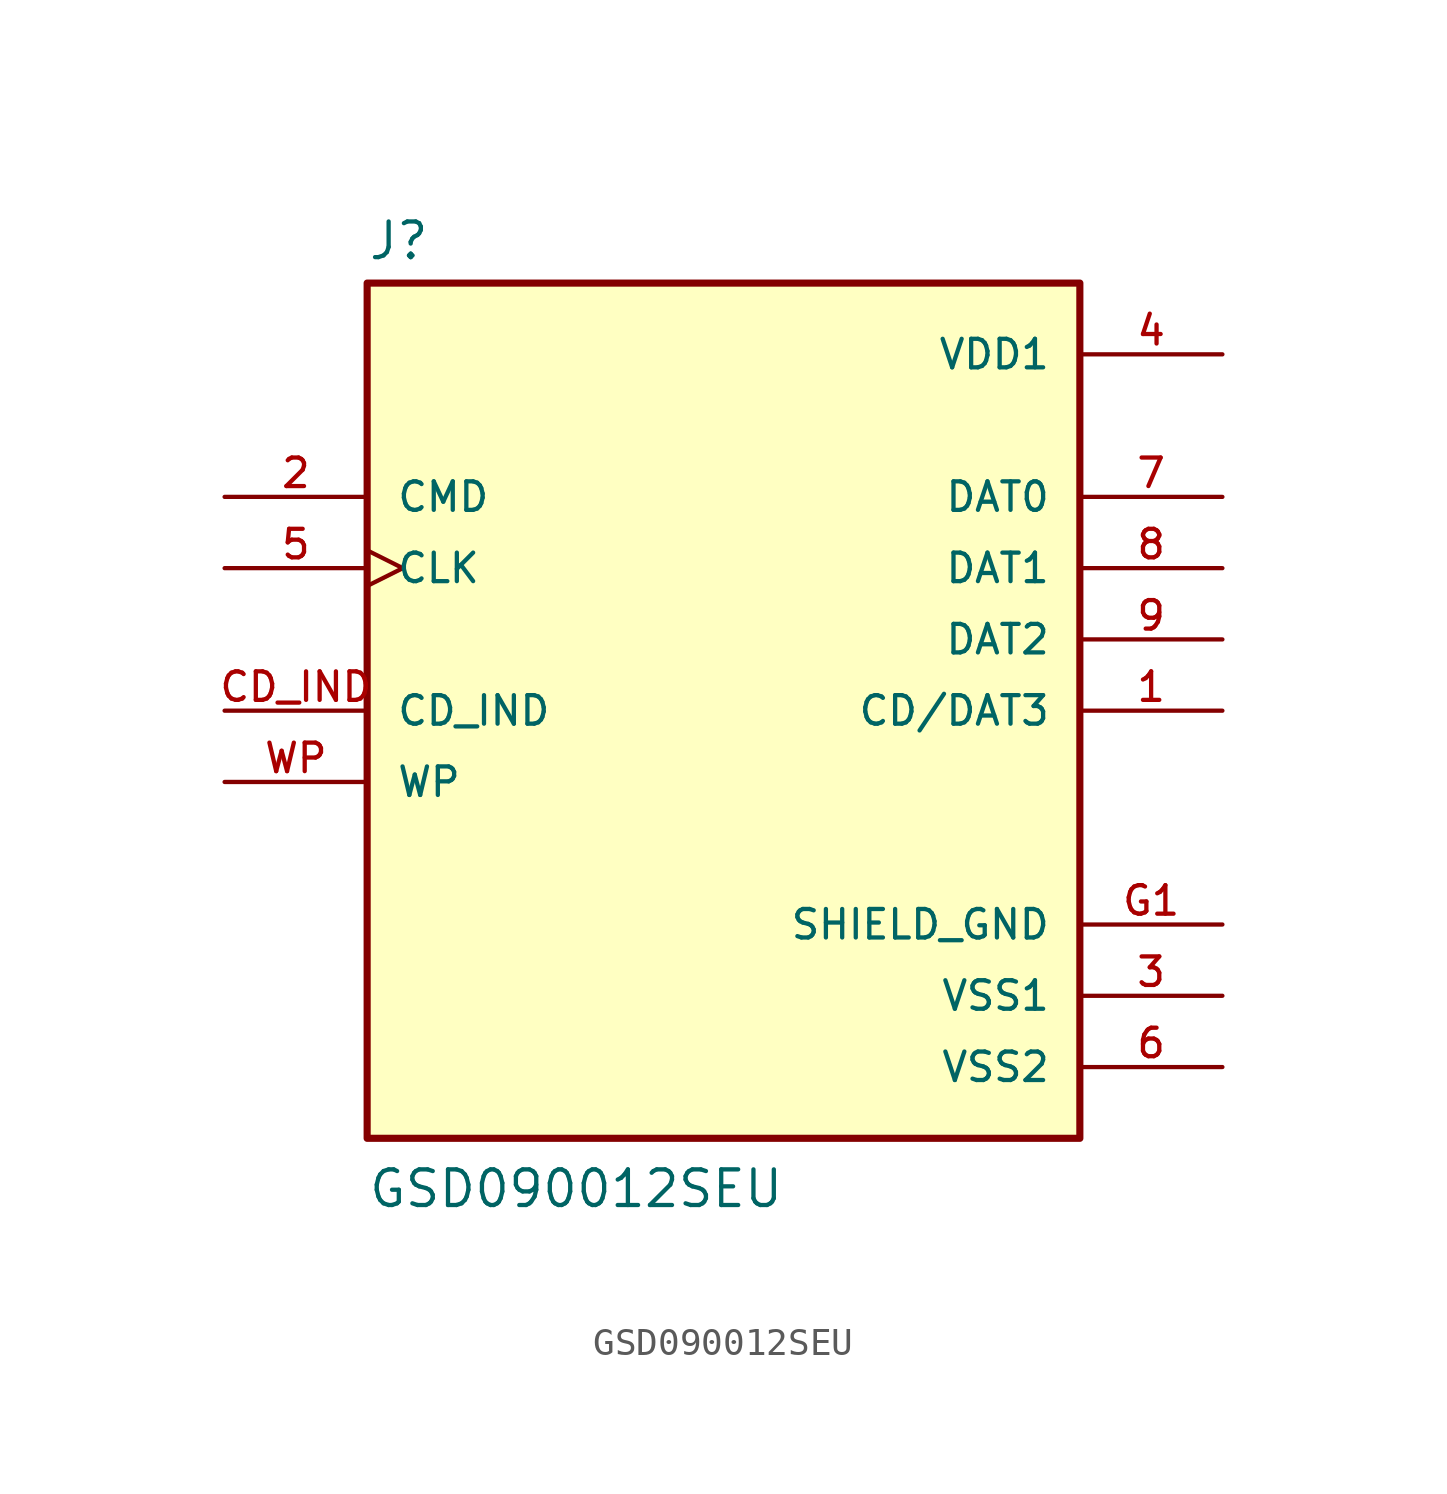
<source format=kicad_sym>
(kicad_symbol_lib
  (version 20211014)
  (generator kicad_symbol_editor)
  (symbol "GSD090012SEU"
    (pin_names
      (offset 1.016))
    (property "Reference" "J"
      (at -12.7 16.002 0)
      (effects (font (size 1.27 1.27)) (justify bottom left)))
    (property "Value" "GSD090012SEU"
      (at -12.7 -17.78 0)
      (effects (font (size 1.27 1.27)) (justify bottom left)))
    (symbol "GSD090012SEU_0_0"
      (rectangle (start -12.7 -15.24) (end 12.7 15.24) (stroke (width 0.254)) (fill (type background)))
      (pin bidirectional line (at 17.78 0.0 180.0) (length 5.08) (name "CD/DAT3" (effects (font (size 1.016 1.016)))) (number "1" (effects (font (size 1.016 1.016)))))
      (pin bidirectional line (at -17.78 7.62 0) (length 5.08) (name "CMD" (effects (font (size 1.016 1.016)))) (number "2" (effects (font (size 1.016 1.016)))))
      (pin power_in line (at 17.78 -10.16 180.0) (length 5.08) (name "VSS1" (effects (font (size 1.016 1.016)))) (number "3" (effects (font (size 1.016 1.016)))))
      (pin power_in line (at 17.78 12.7 180.0) (length 5.08) (name "VDD1" (effects (font (size 1.016 1.016)))) (number "4" (effects (font (size 1.016 1.016)))))
      (pin bidirectional clock (at -17.78 5.08 0) (length 5.08) (name "CLK" (effects (font (size 1.016 1.016)))) (number "5" (effects (font (size 1.016 1.016)))))
      (pin bidirectional line (at 17.78 7.62 180.0) (length 5.08) (name "DAT0" (effects (font (size 1.016 1.016)))) (number "7" (effects (font (size 1.016 1.016)))))
      (pin bidirectional line (at 17.78 5.08 180.0) (length 5.08) (name "DAT1" (effects (font (size 1.016 1.016)))) (number "8" (effects (font (size 1.016 1.016)))))
      (pin bidirectional line (at 17.78 2.54 180.0) (length 5.08) (name "DAT2" (effects (font (size 1.016 1.016)))) (number "9" (effects (font (size 1.016 1.016)))))
      (pin passive line (at -17.78 0.0 0) (length 5.08) (name "CD_IND" (effects (font (size 1.016 1.016)))) (number "CD_IND" (effects (font (size 1.016 1.016)))))
      (pin passive line (at -17.78 -2.54 0) (length 5.08) (name "WP" (effects (font (size 1.016 1.016)))) (number "WP" (effects (font (size 1.016 1.016)))))
      (pin power_in line (at 17.78 -7.62 180.0) (length 5.08) (name "SHIELD_GND" (effects (font (size 1.016 1.016)))) (number "G1" (effects (font (size 1.016 1.016)))))
      (pin power_in line (at 17.78 -7.62 180.0) (length 5.08) hide (name "SHIELD_GND" (effects (font (size 1.016 1.016)))) (number "G2" (effects (font (size 1.016 1.016)))))
      (pin power_in line (at 17.78 -7.62 180.0) (length 5.08) hide (name "SHIELD_GND" (effects (font (size 1.016 1.016)))) (number "G3" (effects (font (size 1.016 1.016)))))
      (pin power_in line (at 17.78 -7.62 180.0) (length 5.08) hide (name "SHIELD_GND" (effects (font (size 1.016 1.016)))) (number "G4" (effects (font (size 1.016 1.016)))))
      (pin power_in line (at 17.78 -12.7 180.0) (length 5.08) (name "VSS2" (effects (font (size 1.016 1.016)))) (number "6" (effects (font (size 1.016 1.016))))))))
</source>
